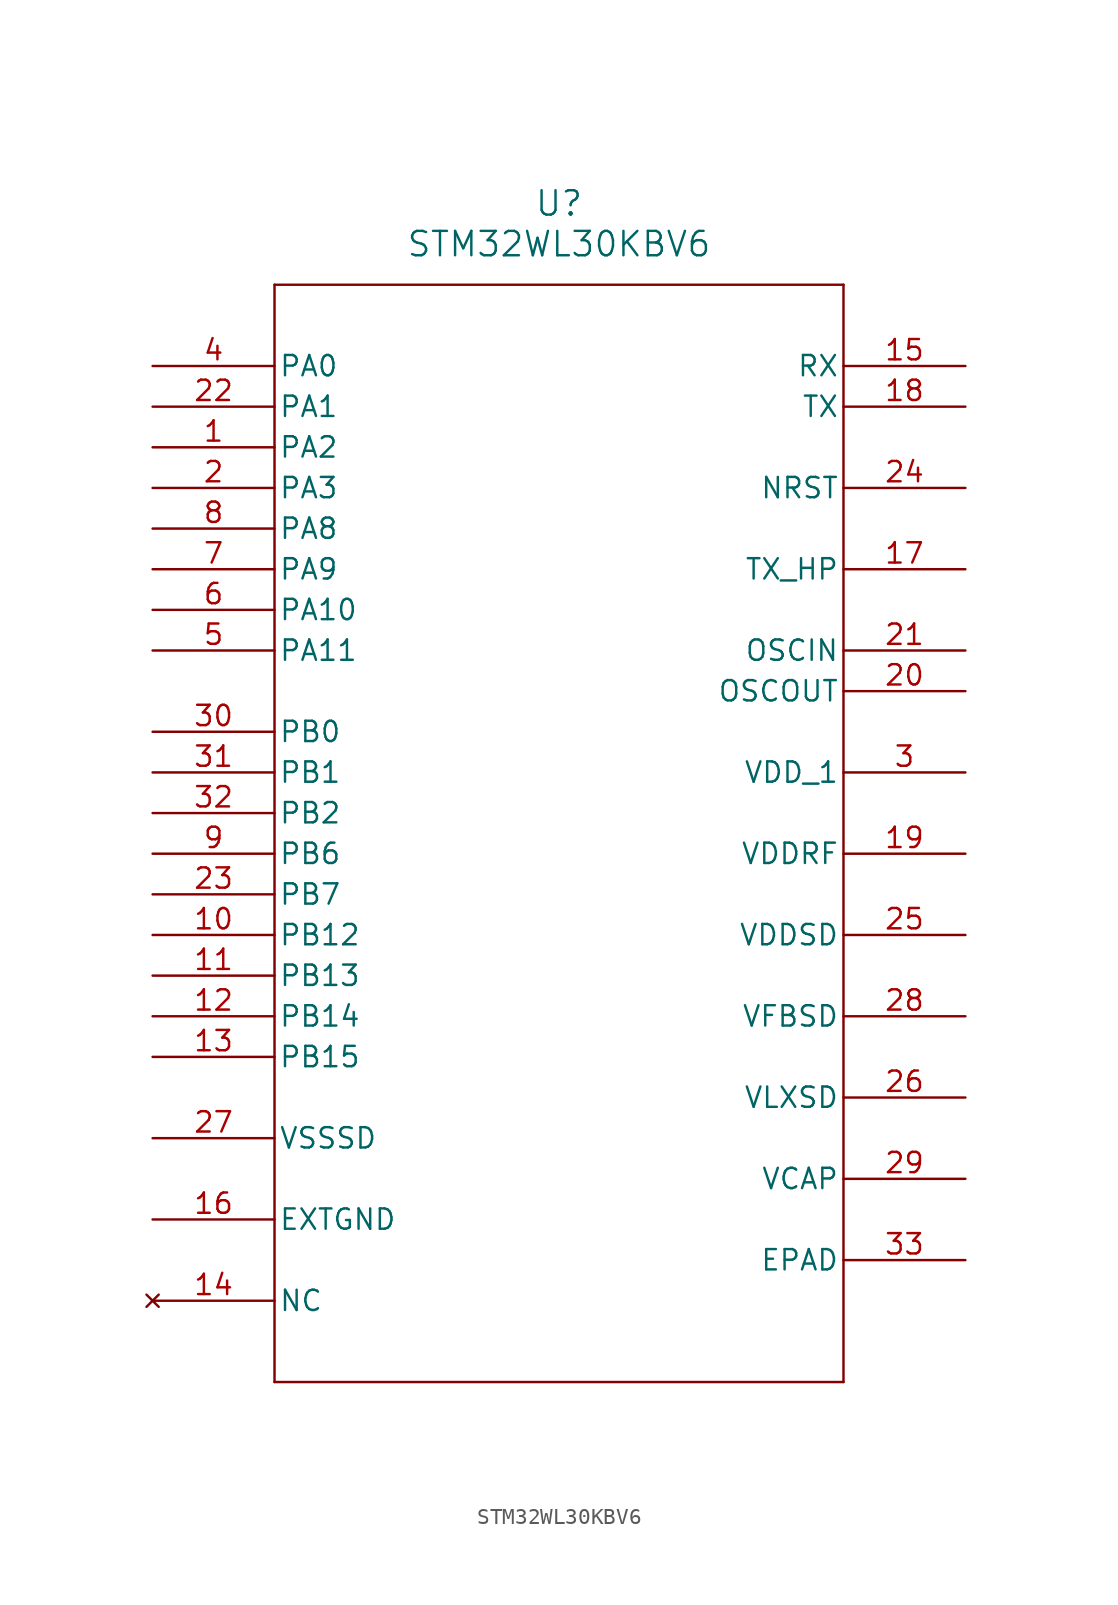
<source format=kicad_sym>
(kicad_symbol_lib
  (version 20211014)
  (generator kicad_symbol_editor)
  (symbol "STM32WL30KBV6"
    (pin_names
      (offset 0.254))
    (property "Reference" "U"
      (at 25.4 10.16 0)
      (effects (font (size 1.524 1.524))))
    (property "Value" "STM32WL30KBV6"
      (at 25.4 7.62 0)
      (effects (font (size 1.524 1.524))))
    (symbol "STM32WL30KBV6_0_1"
      (polyline (pts (xy 7.62 5.08) (xy 7.62 -63.5)) (stroke (width 0) (type default) (color 0 0 0 0)) (fill (type none)))
      (polyline (pts (xy 7.62 -63.5) (xy 43.18 -63.5)) (stroke (width 0) (type default) (color 0 0 0 0)) (fill (type none)))
      (polyline (pts (xy 43.18 -63.5) (xy 43.18 5.08)) (stroke (width 0) (type default) (color 0 0 0 0)) (fill (type none)))
      (polyline (pts (xy 43.18 5.08) (xy 7.62 5.08)) (stroke (width 0) (type default) (color 0 0 0 0)) (fill (type none)))
      (pin bidirectional line (at 0 -5.08 0) (length 7.62) (name "PA2" (effects (font (size 1.27 1.27)))) (number "1" (effects (font (size 1.27 1.27)))))
      (pin bidirectional line (at 0 -7.62 0) (length 7.62) (name "PA3" (effects (font (size 1.27 1.27)))) (number "2" (effects (font (size 1.27 1.27)))))
      (pin power_in line (at 50.8 -25.4 180) (length 7.62) (name "VDD_1" (effects (font (size 1.27 1.27)))) (number "3" (effects (font (size 1.27 1.27)))))
      (pin bidirectional line (at 0 0 0) (length 7.62) (name "PA0" (effects (font (size 1.27 1.27)))) (number "4" (effects (font (size 1.27 1.27)))))
      (pin bidirectional line (at 0 -17.78 0) (length 7.62) (name "PA11" (effects (font (size 1.27 1.27)))) (number "5" (effects (font (size 1.27 1.27)))))
      (pin bidirectional line (at 0 -15.24 0) (length 7.62) (name "PA10" (effects (font (size 1.27 1.27)))) (number "6" (effects (font (size 1.27 1.27)))))
      (pin bidirectional line (at 0 -12.7 0) (length 7.62) (name "PA9" (effects (font (size 1.27 1.27)))) (number "7" (effects (font (size 1.27 1.27)))))
      (pin bidirectional line (at 0 -10.16 0) (length 7.62) (name "PA8" (effects (font (size 1.27 1.27)))) (number "8" (effects (font (size 1.27 1.27)))))
      (pin bidirectional line (at 0 -30.48 0) (length 7.62) (name "PB6" (effects (font (size 1.27 1.27)))) (number "9" (effects (font (size 1.27 1.27)))))
      (pin bidirectional line (at 0 -35.56 0) (length 7.62) (name "PB12" (effects (font (size 1.27 1.27)))) (number "10" (effects (font (size 1.27 1.27)))))
      (pin bidirectional line (at 0 -38.1 0) (length 7.62) (name "PB13" (effects (font (size 1.27 1.27)))) (number "11" (effects (font (size 1.27 1.27)))))
      (pin bidirectional line (at 0 -40.64 0) (length 7.62) (name "PB14" (effects (font (size 1.27 1.27)))) (number "12" (effects (font (size 1.27 1.27)))))
      (pin bidirectional line (at 0 -43.18 0) (length 7.62) (name "PB15" (effects (font (size 1.27 1.27)))) (number "13" (effects (font (size 1.27 1.27)))))
      (pin no_connect line (at 0 -58.42 0) (length 7.62) (name "NC" (effects (font (size 1.27 1.27)))) (number "14" (effects (font (size 1.27 1.27)))))
      (pin unspecified line (at 50.8 0 180) (length 7.62) (name "RX" (effects (font (size 1.27 1.27)))) (number "15" (effects (font (size 1.27 1.27)))))
      (pin power_in line (at 0 -53.34 0) (length 7.62) (name "EXTGND" (effects (font (size 1.27 1.27)))) (number "16" (effects (font (size 1.27 1.27)))))
      (pin unspecified line (at 50.8 -12.7 180) (length 7.62) (name "TX_HP" (effects (font (size 1.27 1.27)))) (number "17" (effects (font (size 1.27 1.27)))))
      (pin unspecified line (at 50.8 -2.54 180) (length 7.62) (name "TX" (effects (font (size 1.27 1.27)))) (number "18" (effects (font (size 1.27 1.27)))))
      (pin power_in line (at 50.8 -30.48 180) (length 7.62) (name "VDDRF" (effects (font (size 1.27 1.27)))) (number "19" (effects (font (size 1.27 1.27)))))
      (pin output line (at 50.8 -20.32 180) (length 7.62) (name "OSCOUT" (effects (font (size 1.27 1.27)))) (number "20" (effects (font (size 1.27 1.27)))))
      (pin input line (at 50.8 -17.78 180) (length 7.62) (name "OSCIN" (effects (font (size 1.27 1.27)))) (number "21" (effects (font (size 1.27 1.27)))))
      (pin bidirectional line (at 0 -2.54 0) (length 7.62) (name "PA1" (effects (font (size 1.27 1.27)))) (number "22" (effects (font (size 1.27 1.27)))))
      (pin bidirectional line (at 0 -33.02 0) (length 7.62) (name "PB7" (effects (font (size 1.27 1.27)))) (number "23" (effects (font (size 1.27 1.27)))))
      (pin bidirectional line (at 50.8 -7.62 180) (length 7.62) (name "NRST" (effects (font (size 1.27 1.27)))) (number "24" (effects (font (size 1.27 1.27)))))
      (pin power_in line (at 50.8 -35.56 180) (length 7.62) (name "VDDSD" (effects (font (size 1.27 1.27)))) (number "25" (effects (font (size 1.27 1.27)))))
      (pin power_in line (at 50.8 -45.72 180) (length 7.62) (name "VLXSD" (effects (font (size 1.27 1.27)))) (number "26" (effects (font (size 1.27 1.27)))))
      (pin power_in line (at 0 -48.26 0) (length 7.62) (name "VSSSD" (effects (font (size 1.27 1.27)))) (number "27" (effects (font (size 1.27 1.27)))))
      (pin power_in line (at 50.8 -40.64 180) (length 7.62) (name "VFBSD" (effects (font (size 1.27 1.27)))) (number "28" (effects (font (size 1.27 1.27)))))
      (pin power_in line (at 50.8 -50.8 180) (length 7.62) (name "VCAP" (effects (font (size 1.27 1.27)))) (number "29" (effects (font (size 1.27 1.27)))))
      (pin bidirectional line (at 0 -22.86 0) (length 7.62) (name "PB0" (effects (font (size 1.27 1.27)))) (number "30" (effects (font (size 1.27 1.27)))))
      (pin bidirectional line (at 0 -25.4 0) (length 7.62) (name "PB1" (effects (font (size 1.27 1.27)))) (number "31" (effects (font (size 1.27 1.27)))))
      (pin bidirectional line (at 0 -27.94 0) (length 7.62) (name "PB2" (effects (font (size 1.27 1.27)))) (number "32" (effects (font (size 1.27 1.27)))))
      (pin unspecified line (at 50.8 -55.88 180) (length 7.62) (name "EPAD" (effects (font (size 1.27 1.27)))) (number "33" (effects (font (size 1.27 1.27))))))))
</source>
